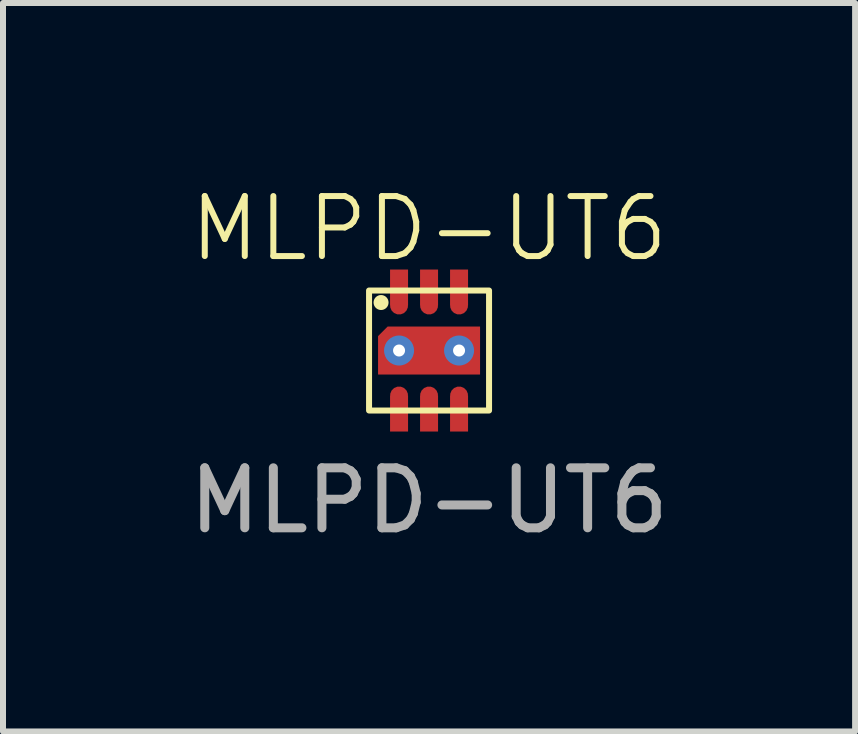
<source format=kicad_pcb>
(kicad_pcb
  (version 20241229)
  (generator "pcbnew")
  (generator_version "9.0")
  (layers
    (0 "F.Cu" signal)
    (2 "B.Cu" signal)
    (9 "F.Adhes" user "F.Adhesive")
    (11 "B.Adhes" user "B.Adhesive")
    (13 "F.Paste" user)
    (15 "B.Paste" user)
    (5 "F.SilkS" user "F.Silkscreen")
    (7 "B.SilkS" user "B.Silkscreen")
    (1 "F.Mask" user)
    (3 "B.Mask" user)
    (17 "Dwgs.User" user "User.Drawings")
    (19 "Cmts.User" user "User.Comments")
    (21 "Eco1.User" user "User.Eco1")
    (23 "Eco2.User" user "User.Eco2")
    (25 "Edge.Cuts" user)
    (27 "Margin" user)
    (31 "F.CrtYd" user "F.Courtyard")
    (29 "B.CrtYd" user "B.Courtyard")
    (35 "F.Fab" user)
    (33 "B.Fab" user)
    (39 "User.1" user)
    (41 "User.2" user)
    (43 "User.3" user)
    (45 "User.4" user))
  (footprint "MLPD-UT6"
    (layer "F.Cu")
    (at 4.101 2.792)
    (property "Reference" "MLPD-UT6" (at 0 -2.032 0) (unlocked yes) (layer "F.SilkS") (effects (font (size 1 1) (thickness 0.1))))
    (attr smd)
    (fp_rect (start -1 -1) (end 1 1) (stroke (width 0.1) (type default)) (fill no) (layer "F.SilkS"))
    (fp_circle (center -0.8 -0.8) (end -0.675 -0.8) (stroke (width 0) (type solid)) (fill yes) (layer "F.SilkS"))
    (fp_text user "${REFERENCE}" (at 0 2.5 0) (unlocked yes) (layer "F.Fab") (effects (font (size 1 1) (thickness 0.15))))
    (pad "" smd roundrect (at 0 0) (size 1.5 0.6) (layers "F.Paste") (roundrect_rratio 0.25))
    (pad "1" smd custom (at -0.5 -1.05) (size 0.3 0.6) (layers "F.Cu" "F.Mask" "F.Paste") (options (anchor rect)) (primitives (gr_circle (center 0 0.3) (end 0.15 0.3) (width 0) (fill yes))))
    (pad "2" smd custom (at 0 -1.05) (size 0.3 0.6) (layers "F.Cu" "F.Mask" "F.Paste") (options (anchor rect)) (primitives (gr_circle (center 0 0.3) (end 0.15 0.3) (width 0) (fill yes))))
    (pad "3" smd custom (at 0.5 -1.05) (size 0.3 0.6) (layers "F.Cu" "F.Mask" "F.Paste") (options (anchor rect)) (primitives (gr_circle (center 0 0.3) (end 0.15 0.3) (width 0) (fill yes))))
    (pad "4" smd custom (at 0.5 1.05) (size 0.3 0.6) (layers "F.Cu" "F.Mask" "F.Paste") (options (anchor rect)) (primitives (gr_circle (center 0 -0.3) (end 0.15 -0.3) (width 0) (fill yes))))
    (pad "5" smd custom (at 0 1.05) (size 0.3 0.6) (layers "F.Cu" "F.Mask" "F.Paste") (options (anchor rect)) (primitives (gr_circle (center 0 -0.3) (end 0.15 -0.3) (width 0) (fill yes))))
    (pad "6" smd custom (at -0.5 1.05) (size 0.3 0.6) (layers "F.Cu" "F.Mask" "F.Paste") (options (anchor rect)) (primitives (gr_circle (center 0 -0.3) (end 0.15 -0.3) (width 0) (fill yes))))
    (pad "T" thru_hole circle (at -0.5 0) (size 0.5 0.5) (drill 0.2) (property pad_prop_heatsink) (layers "*.Cu" "*.Mask"))
    (pad "T" smd roundrect (at 0 0) (size 1.7 0.8) (property pad_prop_heatsink) (layers "F.Cu" "F.Mask") (roundrect_rratio 0) (chamfer_ratio 0.2) (chamfer top_left))
    (pad "T" thru_hole circle (at 0.5 0) (size 0.5 0.5) (drill 0.2) (property pad_prop_heatsink) (layers "*.Cu" "*.Mask")))
  (gr_rect
    (start -3 -3)
    (end 11.202 9.141)
    (stroke (width 0.1) (type default))
    (fill no)
    (layer "Edge.Cuts")))
</source>
